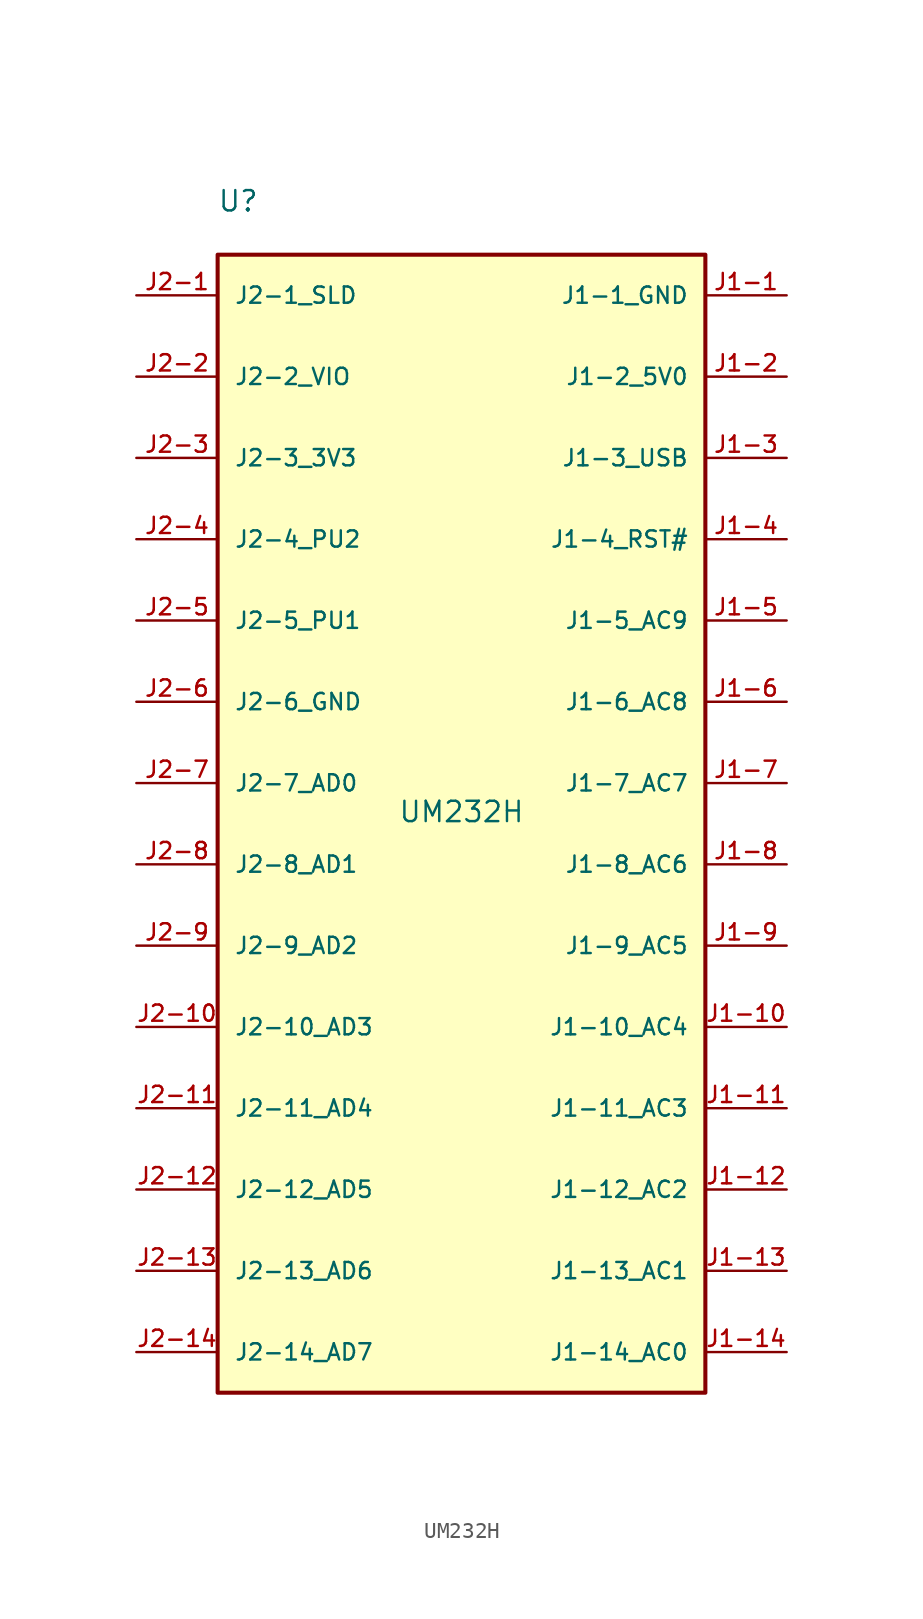
<source format=kicad_sym>
(kicad_symbol_lib
  (version 20220914)
  (generator kicad_symbol_editor)
  (symbol "UM232H"
    (pin_names
      (offset 1.016))
    (property "Reference" "U"
      (at -15.266 38.165 0)
      (effects (font (size 1.27 1.27)) (justify left bottom)))
    (property "Value" "UM232H"
      (at 0 0 0)
      (effects (font (size 1.27 1.27)) (justify bottom)))
    (symbol "UM232H_0_0"
      (rectangle (start -15.24 -35.56) (end 15.24 35.56) (stroke (width 0.254) (type default)) (fill (type background)))
      (pin power_in line (at 20.32 33.02 180) (length 5.08) (name "J1-1_GND" (effects (font (size 1.016 1.016)))) (number "J1-1" (effects (font (size 1.016 1.016)))))
      (pin bidirectional line (at 20.32 -12.7 180) (length 5.08) (name "J1-10_AC4" (effects (font (size 1.016 1.016)))) (number "J1-10" (effects (font (size 1.016 1.016)))))
      (pin bidirectional line (at 20.32 -17.78 180) (length 5.08) (name "J1-11_AC3" (effects (font (size 1.016 1.016)))) (number "J1-11" (effects (font (size 1.016 1.016)))))
      (pin bidirectional line (at 20.32 -22.86 180) (length 5.08) (name "J1-12_AC2" (effects (font (size 1.016 1.016)))) (number "J1-12" (effects (font (size 1.016 1.016)))))
      (pin bidirectional line (at 20.32 -27.94 180) (length 5.08) (name "J1-13_AC1" (effects (font (size 1.016 1.016)))) (number "J1-13" (effects (font (size 1.016 1.016)))))
      (pin bidirectional line (at 20.32 -33.02 180) (length 5.08) (name "J1-14_AC0" (effects (font (size 1.016 1.016)))) (number "J1-14" (effects (font (size 1.016 1.016)))))
      (pin bidirectional line (at 20.32 27.94 180) (length 5.08) (name "J1-2_5V0" (effects (font (size 1.016 1.016)))) (number "J1-2" (effects (font (size 1.016 1.016)))))
      (pin bidirectional line (at 20.32 22.86 180) (length 5.08) (name "J1-3_USB" (effects (font (size 1.016 1.016)))) (number "J1-3" (effects (font (size 1.016 1.016)))))
      (pin bidirectional line (at 20.32 17.78 180) (length 5.08) (name "J1-4_RST#" (effects (font (size 1.016 1.016)))) (number "J1-4" (effects (font (size 1.016 1.016)))))
      (pin bidirectional line (at 20.32 12.7 180) (length 5.08) (name "J1-5_AC9" (effects (font (size 1.016 1.016)))) (number "J1-5" (effects (font (size 1.016 1.016)))))
      (pin bidirectional line (at 20.32 7.62 180) (length 5.08) (name "J1-6_AC8" (effects (font (size 1.016 1.016)))) (number "J1-6" (effects (font (size 1.016 1.016)))))
      (pin bidirectional line (at 20.32 2.54 180) (length 5.08) (name "J1-7_AC7" (effects (font (size 1.016 1.016)))) (number "J1-7" (effects (font (size 1.016 1.016)))))
      (pin bidirectional line (at 20.32 -2.54 180) (length 5.08) (name "J1-8_AC6" (effects (font (size 1.016 1.016)))) (number "J1-8" (effects (font (size 1.016 1.016)))))
      (pin bidirectional line (at 20.32 -7.62 180) (length 5.08) (name "J1-9_AC5" (effects (font (size 1.016 1.016)))) (number "J1-9" (effects (font (size 1.016 1.016)))))
      (pin bidirectional line (at -20.32 33.02 0) (length 5.08) (name "J2-1_SLD" (effects (font (size 1.016 1.016)))) (number "J2-1" (effects (font (size 1.016 1.016)))))
      (pin bidirectional line (at -20.32 -12.7 0) (length 5.08) (name "J2-10_AD3" (effects (font (size 1.016 1.016)))) (number "J2-10" (effects (font (size 1.016 1.016)))))
      (pin bidirectional line (at -20.32 -17.78 0) (length 5.08) (name "J2-11_AD4" (effects (font (size 1.016 1.016)))) (number "J2-11" (effects (font (size 1.016 1.016)))))
      (pin bidirectional line (at -20.32 -22.86 0) (length 5.08) (name "J2-12_AD5" (effects (font (size 1.016 1.016)))) (number "J2-12" (effects (font (size 1.016 1.016)))))
      (pin bidirectional line (at -20.32 -27.94 0) (length 5.08) (name "J2-13_AD6" (effects (font (size 1.016 1.016)))) (number "J2-13" (effects (font (size 1.016 1.016)))))
      (pin bidirectional line (at -20.32 -33.02 0) (length 5.08) (name "J2-14_AD7" (effects (font (size 1.016 1.016)))) (number "J2-14" (effects (font (size 1.016 1.016)))))
      (pin bidirectional line (at -20.32 27.94 0) (length 5.08) (name "J2-2_VIO" (effects (font (size 1.016 1.016)))) (number "J2-2" (effects (font (size 1.016 1.016)))))
      (pin bidirectional line (at -20.32 22.86 0) (length 5.08) (name "J2-3_3V3" (effects (font (size 1.016 1.016)))) (number "J2-3" (effects (font (size 1.016 1.016)))))
      (pin bidirectional line (at -20.32 17.78 0) (length 5.08) (name "J2-4_PU2" (effects (font (size 1.016 1.016)))) (number "J2-4" (effects (font (size 1.016 1.016)))))
      (pin bidirectional line (at -20.32 12.7 0) (length 5.08) (name "J2-5_PU1" (effects (font (size 1.016 1.016)))) (number "J2-5" (effects (font (size 1.016 1.016)))))
      (pin power_in line (at -20.32 7.62 0) (length 5.08) (name "J2-6_GND" (effects (font (size 1.016 1.016)))) (number "J2-6" (effects (font (size 1.016 1.016)))))
      (pin bidirectional line (at -20.32 2.54 0) (length 5.08) (name "J2-7_AD0" (effects (font (size 1.016 1.016)))) (number "J2-7" (effects (font (size 1.016 1.016)))))
      (pin bidirectional line (at -20.32 -2.54 0) (length 5.08) (name "J2-8_AD1" (effects (font (size 1.016 1.016)))) (number "J2-8" (effects (font (size 1.016 1.016)))))
      (pin bidirectional line (at -20.32 -7.62 0) (length 5.08) (name "J2-9_AD2" (effects (font (size 1.016 1.016)))) (number "J2-9" (effects (font (size 1.016 1.016))))))))
</source>
